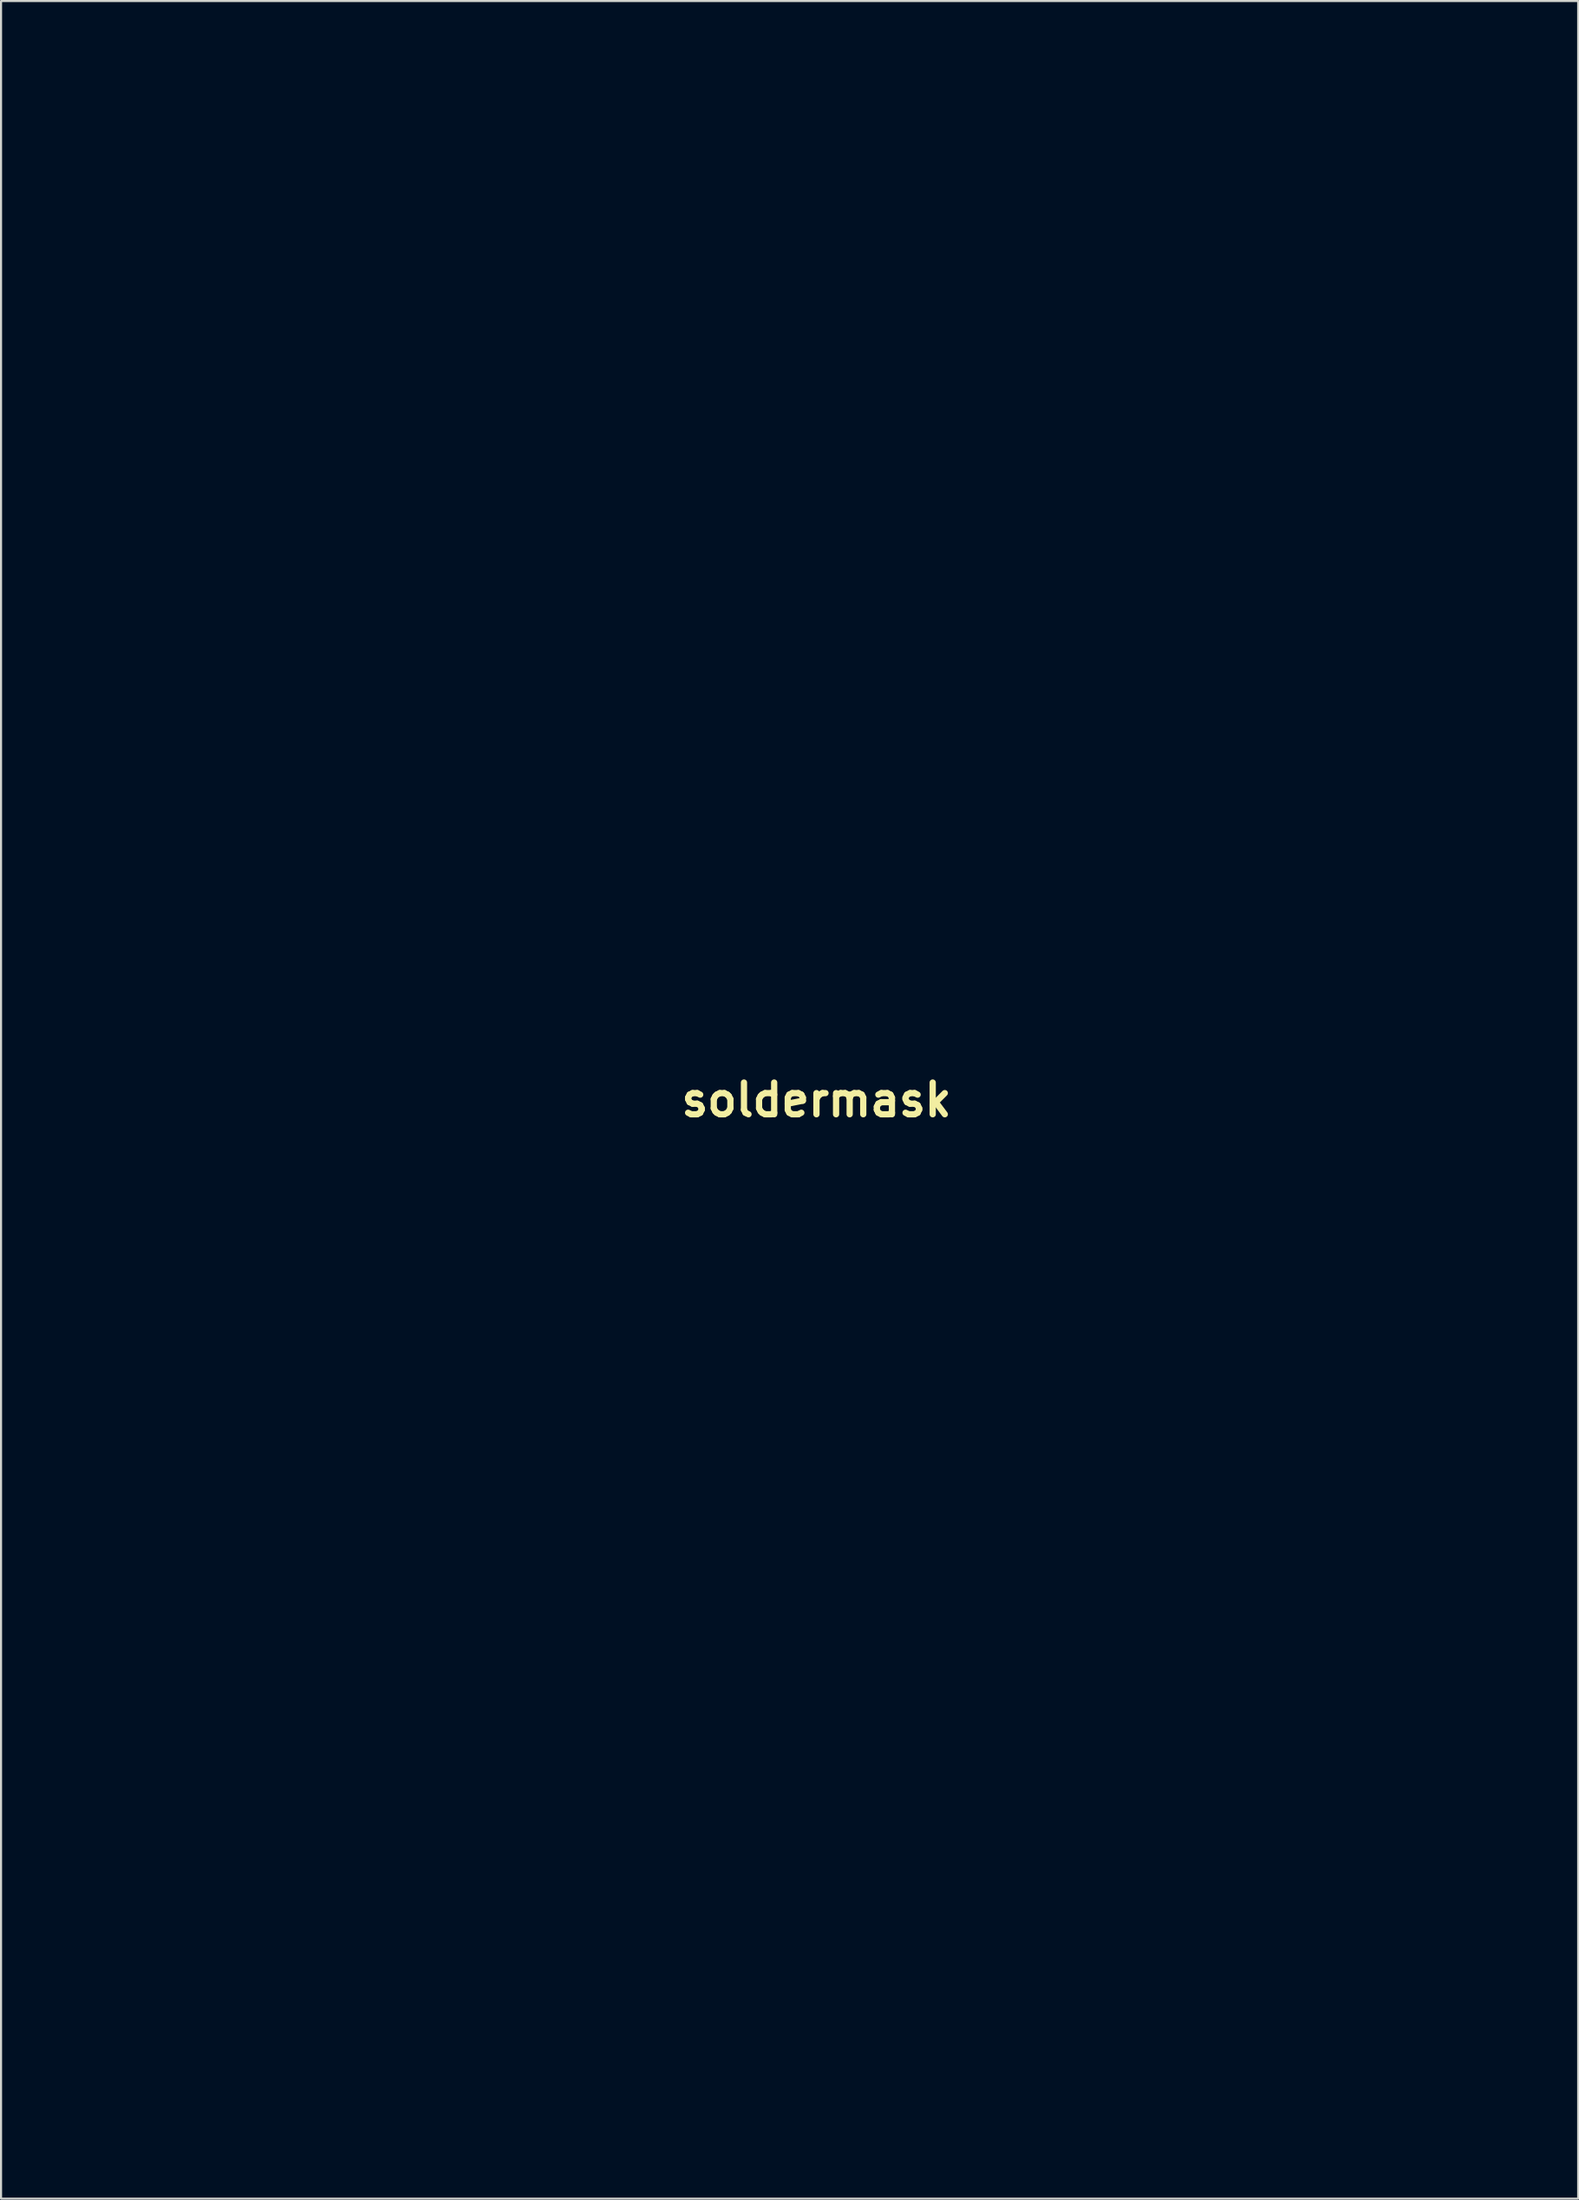
<source format=kicad_pcb>
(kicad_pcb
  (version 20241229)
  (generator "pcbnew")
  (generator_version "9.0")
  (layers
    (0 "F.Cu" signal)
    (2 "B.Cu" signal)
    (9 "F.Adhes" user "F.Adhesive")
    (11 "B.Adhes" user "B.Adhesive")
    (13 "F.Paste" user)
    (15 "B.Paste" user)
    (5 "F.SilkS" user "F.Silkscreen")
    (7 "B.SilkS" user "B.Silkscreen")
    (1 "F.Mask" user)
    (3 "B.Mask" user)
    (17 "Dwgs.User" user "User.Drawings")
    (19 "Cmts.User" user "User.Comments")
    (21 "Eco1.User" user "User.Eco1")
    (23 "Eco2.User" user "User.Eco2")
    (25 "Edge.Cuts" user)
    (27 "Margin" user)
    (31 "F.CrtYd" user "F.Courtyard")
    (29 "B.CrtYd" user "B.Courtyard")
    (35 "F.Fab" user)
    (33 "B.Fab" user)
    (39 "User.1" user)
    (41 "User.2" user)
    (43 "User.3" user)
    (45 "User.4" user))
  (footprint "soldermask"
    (layer "F.Cu")
    (at 36.193 49.793)
    (property "Reference" "soldermask" (at 0 0 0) (layer "F.SilkS") (effects (font (size 1.524 1.524) (thickness 0.3))))
    (attr through_hole)
    (fp_poly (pts (xy 6.644 -49.769) (xy 7.734 -49.682) (xy 8.703 -49.529) (xy 9.041 -49.45) (xy 9.681 -49.275) (xy 10.159 -49.12) (xy 10.511 -48.973) (xy 10.773 -48.819) (xy 10.85 -48.762) (xy 11.049 -48.612) (xy 11.373 -48.381) (xy 11.836 -48.058) (xy 12.418 -47.658) (xy 12.772 -47.335) (xy 13.141 -46.856) (xy 13.501 -46.264) (xy 13.828 -45.6) (xy 14.1 -44.904) (xy 14.246 -44.418) (xy 14.306 -44.079) (xy 14.355 -43.6) (xy 14.392 -43.036) (xy 14.413 -42.439) (xy 14.419 -41.863) (xy 14.407 -41.36) (xy 14.375 -40.984) (xy 14.358 -40.889) (xy 14.307 -40.619) (xy 14.256 -40.303) (xy 14.256 -40.3) (xy 14.154 -39.77) (xy 13.986 -39.107) (xy 13.766 -38.358) (xy 13.51 -37.573) (xy 13.232 -36.801) (xy 12.974 -36.15) (xy 12.784 -35.689) (xy 12.672 -35.37) (xy 12.641 -35.153) (xy 12.691 -34.995) (xy 12.827 -34.855) (xy 13.041 -34.696) (xy 13.291 -34.506) (xy 13.458 -34.361) (xy 13.5 -34.305) (xy 13.577 -34.216) (xy 13.763 -34.087) (xy 13.775 -34.079) (xy 14.013 -33.914) (xy 14.307 -33.681) (xy 14.45 -33.558) (xy 14.688 -33.358) (xy 14.87 -33.228) (xy 14.933 -33.2) (xy 15.072 -33.135) (xy 15.329 -32.957) (xy 15.672 -32.69) (xy 16.073 -32.356) (xy 16.504 -31.981) (xy 16.934 -31.587) (xy 17.062 -31.465) (xy 17.419 -31.112) (xy 17.812 -30.706) (xy 18.217 -30.274) (xy 18.611 -29.841) (xy 18.969 -29.435) (xy 19.268 -29.083) (xy 19.484 -28.811) (xy 19.592 -28.647) (xy 19.6 -28.62) (xy 19.666 -28.502) (xy 19.836 -28.306) (xy 19.951 -28.189) (xy 20.114 -28.008) (xy 20.338 -27.726) (xy 20.595 -27.383) (xy 20.858 -27.02) (xy 21.096 -26.676) (xy 21.282 -26.391) (xy 21.387 -26.206) (xy 21.4 -26.164) (xy 21.45 -26.041) (xy 21.583 -25.799) (xy 21.768 -25.484) (xy 21.976 -25.144) (xy 22.18 -24.825) (xy 22.35 -24.575) (xy 22.456 -24.441) (xy 22.463 -24.436) (xy 22.567 -24.295) (xy 22.718 -24.019) (xy 22.888 -23.661) (xy 22.943 -23.536) (xy 23.156 -23.038) (xy 23.4 -22.476) (xy 23.622 -21.968) (xy 23.63 -21.95) (xy 23.976 -21.132) (xy 24.296 -20.314) (xy 24.566 -19.556) (xy 24.756 -18.95) (xy 24.856 -18.628) (xy 24.946 -18.391) (xy 24.998 -18.3) (xy 25.072 -18.173) (xy 25.124 -18) (xy 25.174 -17.786) (xy 25.257 -17.444) (xy 25.356 -17.041) (xy 25.379 -16.95) (xy 25.498 -16.428) (xy 25.615 -15.838) (xy 25.702 -15.323) (xy 25.77 -14.937) (xy 25.841 -14.631) (xy 25.904 -14.457) (xy 25.921 -14.437) (xy 26.066 -14.381) (xy 26.335 -14.3) (xy 26.533 -14.247) (xy 27.151 -14.07) (xy 27.607 -13.895) (xy 27.884 -13.727) (xy 27.926 -13.684) (xy 28.071 -13.548) (xy 28.321 -13.346) (xy 28.562 -13.168) (xy 28.918 -12.88) (xy 29.271 -12.543) (xy 29.442 -12.353) (xy 29.669 -12.081) (xy 29.863 -11.858) (xy 29.949 -11.765) (xy 30.216 -11.425) (xy 30.508 -10.923) (xy 30.813 -10.296) (xy 31.114 -9.579) (xy 31.397 -8.805) (xy 31.648 -8.011) (xy 31.844 -7.259) (xy 31.966 -6.559) (xy 32.044 -5.738) (xy 32.075 -4.874) (xy 32.055 -4.041) (xy 32.008 -3.507) (xy 31.892 -2.838) (xy 31.709 -2.096) (xy 31.48 -1.348) (xy 31.224 -0.661) (xy 30.963 -0.099) (xy 30.936 -0.05) (xy 30.694 0.319) (xy 30.39 0.702) (xy 30.228 0.878) (xy 30 1.121) (xy 29.845 1.319) (xy 29.8 1.41) (xy 29.865 1.542) (xy 30.028 1.741) (xy 30.088 1.804) (xy 30.254 1.995) (xy 30.473 2.28) (xy 30.714 2.616) (xy 30.947 2.957) (xy 31.142 3.26) (xy 31.268 3.48) (xy 31.3 3.565) (xy 31.343 3.683) (xy 31.457 3.928) (xy 31.618 4.251) (xy 31.648 4.31) (xy 31.861 4.745) (xy 32.07 5.212) (xy 32.213 5.566) (xy 32.336 5.88) (xy 32.439 6.111) (xy 32.493 6.2) (xy 32.553 6.317) (xy 32.651 6.58) (xy 32.773 6.943) (xy 32.905 7.358) (xy 33.03 7.781) (xy 33.135 8.163) (xy 33.193 8.405) (xy 33.378 9.466) (xy 33.51 10.666) (xy 33.587 11.952) (xy 33.607 13.27) (xy 33.568 14.565) (xy 33.469 15.784) (xy 33.458 15.88) (xy 33.365 16.573) (xy 33.25 17.281) (xy 33.12 17.972) (xy 32.982 18.617) (xy 32.843 19.184) (xy 32.71 19.642) (xy 32.59 19.96) (xy 32.501 20.1) (xy 32.446 20.215) (xy 32.359 20.469) (xy 32.262 20.8) (xy 32.145 21.193) (xy 31.982 21.688) (xy 31.804 22.201) (xy 31.731 22.4) (xy 31.546 22.897) (xy 31.355 23.411) (xy 31.189 23.858) (xy 31.137 24) (xy 31.01 24.319) (xy 30.842 24.72) (xy 30.649 25.16) (xy 30.452 25.597) (xy 30.268 25.989) (xy 30.118 26.296) (xy 30.02 26.475) (xy 30.001 26.5) (xy 29.935 26.606) (xy 29.802 26.846) (xy 29.628 27.174) (xy 29.563 27.3) (xy 29.269 27.867) (xy 29.039 28.309) (xy 28.843 28.677) (xy 28.655 29.023) (xy 28.446 29.4) (xy 28.187 29.859) (xy 28.164 29.9) (xy 27.923 30.316) (xy 27.704 30.668) (xy 27.534 30.918) (xy 27.436 31.03) (xy 27.314 31.159) (xy 27.3 31.213) (xy 27.248 31.333) (xy 27.106 31.582) (xy 26.896 31.922) (xy 26.663 32.283) (xy 26.362 32.742) (xy 26.058 33.209) (xy 25.794 33.62) (xy 25.658 33.834) (xy 25.435 34.169) (xy 25.217 34.462) (xy 25.067 34.634) (xy 24.906 34.809) (xy 24.683 35.072) (xy 24.433 35.383) (xy 24.187 35.699) (xy 23.979 35.978) (xy 23.84 36.18) (xy 23.8 36.258) (xy 23.739 36.362) (xy 23.58 36.572) (xy 23.356 36.847) (xy 23.104 37.146) (xy 22.856 37.429) (xy 22.648 37.656) (xy 22.514 37.785) (xy 22.488 37.8) (xy 22.398 37.873) (xy 22.222 38.068) (xy 21.994 38.346) (xy 21.935 38.421) (xy 21.676 38.728) (xy 21.308 39.133) (xy 20.855 39.61) (xy 20.346 40.132) (xy 19.805 40.673) (xy 19.26 41.208) (xy 18.738 41.709) (xy 18.264 42.152) (xy 17.865 42.509) (xy 17.568 42.754) (xy 17.5 42.804) (xy 17.129 43.082) (xy 16.716 43.422) (xy 16.4 43.704) (xy 15.834 44.215) (xy 15.361 44.593) (xy 14.949 44.862) (xy 14.901 44.889) (xy 14.243 45.252) (xy 13.738 45.535) (xy 13.363 45.751) (xy 13.095 45.914) (xy 12.911 46.038) (xy 12.787 46.136) (xy 12.783 46.141) (xy 12.627 46.263) (xy 12.409 46.4) (xy 12.112 46.559) (xy 11.717 46.75) (xy 11.206 46.981) (xy 10.562 47.259) (xy 9.766 47.593) (xy 8.85 47.972) (xy 8.4 48.142) (xy 7.863 48.325) (xy 7.35 48.483) (xy 7.3 48.497) (xy 6.913 48.612) (xy 6.606 48.716) (xy 6.424 48.793) (xy 6.396 48.814) (xy 6.275 48.868) (xy 5.989 48.945) (xy 5.569 49.04) (xy 5.048 49.146) (xy 4.458 49.257) (xy 3.833 49.368) (xy 3.203 49.473) (xy 2.602 49.565) (xy 2.062 49.64) (xy 1.615 49.69) (xy 1.55 49.696) (xy 0.835 49.741) (xy -0.021 49.769) (xy -0.959 49.782) (xy -1.92 49.778) (xy -2.847 49.757) (xy -3.679 49.721) (xy -4.15 49.688) (xy -4.633 49.638) (xy -5.202 49.563) (xy -5.826 49.469) (xy -6.472 49.363) (xy -7.108 49.249) (xy -7.701 49.135) (xy -8.22 49.025) (xy -8.631 48.927) (xy -8.903 48.846) (xy -9 48.796) (xy -9.109 48.744) (xy -9.372 48.647) (xy -9.755 48.515) (xy -10.221 48.362) (xy -10.384 48.311) (xy -11.107 48.07) (xy -11.833 47.807) (xy -12.536 47.533) (xy -13.192 47.259) (xy -13.775 46.996) (xy -14.262 46.756) (xy -14.627 46.548) (xy -14.846 46.384) (xy -14.9 46.296) (xy -14.982 46.213) (xy -15.062 46.2) (xy -15.228 46.148) (xy -15.512 46.01) (xy -15.868 45.811) (xy -16.25 45.579) (xy -16.612 45.34) (xy -16.75 45.241) (xy -17.007 45.065) (xy -17.347 44.849) (xy -17.579 44.71) (xy -17.945 44.491) (xy -18.208 44.313) (xy -18.441 44.123) (xy -18.685 43.9) (xy -18.927 43.685) (xy -19.225 43.438) (xy -19.535 43.193) (xy -19.816 42.983) (xy -20.023 42.842) (xy -20.108 42.8) (xy -20.202 42.732) (xy -20.413 42.541) (xy -20.723 42.249) (xy -21.109 41.876) (xy -21.551 41.443) (xy -22.027 40.971) (xy -22.518 40.481) (xy -23.001 39.993) (xy -23.456 39.53) (xy -23.863 39.111) (xy -24.2 38.757) (xy -24.446 38.49) (xy -24.56 38.357) (xy -24.863 37.994) (xy -25.21 37.606) (xy -25.401 37.407) (xy -25.643 37.138) (xy -25.955 36.758) (xy -26.295 36.32) (xy -26.574 35.94) (xy -26.878 35.524) (xy -27.165 35.145) (xy -27.402 34.847) (xy -27.552 34.675) (xy -27.695 34.505) (xy -27.914 34.211) (xy -28.187 33.826) (xy -28.494 33.38) (xy -28.814 32.903) (xy -29.127 32.428) (xy -29.413 31.985) (xy -29.65 31.605) (xy -29.818 31.319) (xy -29.897 31.158) (xy -29.9 31.142) (xy -29.975 30.973) (xy -30.025 30.93) (xy -30.145 30.82) (xy -30.302 30.613) (xy -30.505 30.297) (xy -30.76 29.859) (xy -31.076 29.285) (xy -31.458 28.564) (xy -31.916 27.682) (xy -32.208 27.111) (xy -32.369 26.814) (xy -32.505 26.594) (xy -32.573 26.511) (xy -32.645 26.399) (xy -32.773 26.141) (xy -32.937 25.777) (xy -33.098 25.4) (xy -33.278 24.971) (xy -33.435 24.608) (xy -33.552 24.353) (xy -33.605 24.25) (xy -33.678 24.101) (xy -33.797 23.798) (xy -33.952 23.379) (xy -34.131 22.878) (xy -34.319 22.332) (xy -34.507 21.778) (xy -34.68 21.251) (xy -34.827 20.788) (xy -34.936 20.424) (xy -34.994 20.197) (xy -35 20.151) (xy -35.061 20.006) (xy -35.098 19.983) (xy -35.163 19.873) (xy -35.255 19.598) (xy -35.367 19.19) (xy -35.491 18.681) (xy -35.621 18.104) (xy -35.749 17.49) (xy -35.867 16.873) (xy -35.97 16.283) (xy -36.049 15.752) (xy -36.062 15.65) (xy -36.147 14.716) (xy -36.188 13.673) (xy -36.187 12.574) (xy -36.146 11.477) (xy -36.066 10.435) (xy -35.948 9.504) (xy -35.867 9.05) (xy -35.72 8.371) (xy -35.569 7.751) (xy -35.424 7.217) (xy -35.292 6.797) (xy -35.18 6.516) (xy -35.097 6.401) (xy -35.09 6.4) (xy -35.018 6.316) (xy -35 6.19) (xy -34.958 6.019) (xy -34.845 5.714) (xy -34.679 5.32) (xy -34.5 4.931) (xy -34.303 4.511) (xy -34.142 4.157) (xy -34.036 3.908) (xy -34 3.804) (xy -33.944 3.671) (xy -33.796 3.421) (xy -33.584 3.096) (xy -33.338 2.736) (xy -33.086 2.386) (xy -32.859 2.084) (xy -32.684 1.875) (xy -32.604 1.802) (xy -32.411 1.646) (xy -32.383 1.454) (xy -32.523 1.202) (xy -32.705 0.994) (xy -33.225 0.338) (xy -33.685 -0.476) (xy -34.071 -1.409) (xy -34.365 -2.424) (xy -34.489 -3.05) (xy -34.522 -3.367) (xy -34.545 -3.83) (xy -34.557 -4.386) (xy -34.557 -4.979) (xy -34.553 -5.2) (xy -34.532 -5.865) (xy -34.5 -6.392) (xy -34.448 -6.844) (xy -34.369 -7.283) (xy -34.255 -7.771) (xy -34.22 -7.908) (xy -33.937 -8.874) (xy -33.603 -9.781) (xy -33.236 -10.593) (xy -32.85 -11.274) (xy -32.505 -11.741) (xy -31.975 -12.333) (xy -31.542 -12.784) (xy -31.185 -13.114) (xy -30.881 -13.346) (xy -30.836 -13.375) (xy -30.589 -13.544) (xy -30.431 -13.675) (xy -30.4 -13.72) (xy -30.313 -13.808) (xy -30.088 -13.927) (xy -29.78 -14.056) (xy -29.443 -14.171) (xy -29.134 -14.252) (xy -29.059 -14.265) (xy -28.743 -14.322) (xy -28.533 -14.403) (xy -28.399 -14.548) (xy -28.313 -14.796) (xy -28.247 -15.186) (xy -28.216 -15.418) (xy -28.145 -15.886) (xy -28.054 -16.397) (xy -27.95 -16.911) (xy -27.843 -17.389) (xy -27.742 -17.79) (xy -27.655 -18.073) (xy -27.593 -18.2) (xy -27.535 -18.311) (xy -27.434 -18.57) (xy -27.306 -18.936) (xy -27.202 -19.25) (xy -26.916 -20.122) (xy -26.668 -20.826) (xy -26.451 -21.389) (xy -26.295 -21.75) (xy -26.175 -22.012) (xy -25.998 -22.395) (xy -25.792 -22.84) (xy -25.656 -23.135) (xy -25.47 -23.544) (xy -25.321 -23.888) (xy -25.226 -24.125) (xy -25.2 -24.21) (xy -25.131 -24.299) (xy -25.117 -24.3) (xy -25.038 -24.381) (xy -24.882 -24.603) (xy -24.67 -24.933) (xy -24.425 -25.337) (xy -24.402 -25.375) (xy -24.054 -25.956) (xy -23.708 -26.516) (xy -23.381 -27.028) (xy -23.09 -27.468) (xy -22.852 -27.81) (xy -22.683 -28.029) (xy -22.602 -28.1) (xy -22.514 -28.176) (xy -22.347 -28.377) (xy -22.135 -28.662) (xy -22.099 -28.713) (xy -21.865 -29.028) (xy -21.57 -29.397) (xy -21.242 -29.788) (xy -20.908 -30.171) (xy -20.597 -30.514) (xy -20.335 -30.786) (xy -20.149 -30.957) (xy -20.076 -31) (xy -19.969 -31.069) (xy -19.77 -31.251) (xy -19.52 -31.509) (xy -19.485 -31.548) (xy -19.222 -31.817) (xy -18.898 -32.121) (xy -18.549 -32.429) (xy -18.213 -32.711) (xy -17.924 -32.936) (xy -17.72 -33.073) (xy -17.65 -33.1) (xy -17.533 -33.159) (xy -17.318 -33.311) (xy -17.058 -33.515) (xy -16.808 -33.732) (xy -16.8 -33.74) (xy -16.615 -33.879) (xy -16.353 -34.045) (xy -16.3 -34.075) (xy -15.844 -34.335) (xy -15.535 -34.524) (xy -15.345 -34.664) (xy -15.244 -34.781) (xy -15.206 -34.899) (xy -15.2 -35.01) (xy -15.17 -35.216) (xy -15.1 -35.3) (xy -15.007 -35.379) (xy -15 -35.425) (xy -14.957 -35.614) (xy -14.842 -35.937) (xy -14.675 -36.348) (xy -14.474 -36.805) (xy -14.26 -37.262) (xy -14.053 -37.676) (xy -13.871 -38.003) (xy -13.817 -38.088) (xy -13.601 -38.424) (xy -13.412 -38.735) (xy -13.306 -38.924) (xy -13.166 -39.134) (xy -12.933 -39.421) (xy -12.657 -39.723) (xy -12.656 -39.724) (xy -12.339 -40.066) (xy -11.973 -40.484) (xy -11.63 -40.895) (xy -11.587 -40.95) (xy -11.25 -41.349) (xy -10.875 -41.758) (xy -10.533 -42.099) (xy -10.489 -42.14) (xy -10.188 -42.418) (xy -9.8 -42.783) (xy -9.384 -43.18) (xy -9.1 -43.453) (xy -8.719 -43.813) (xy -8.344 -44.15) (xy -8.024 -44.421) (xy -7.838 -44.564) (xy -7.05 -45.116) (xy -6.414 -45.571) (xy -5.936 -45.924) (xy -5.62 -46.173) (xy -5.511 -46.269) (xy -5.322 -46.428) (xy -5.185 -46.5) (xy -5.18 -46.5) (xy -5.058 -46.548) (xy -4.807 -46.675) (xy -4.471 -46.861) (xy -4.268 -46.978) (xy -3.77 -47.25) (xy -3.162 -47.556) (xy -2.504 -47.867) (xy -1.857 -48.155) (xy -1.282 -48.392) (xy -0.95 -48.513) (xy -0.69 -48.613) (xy -0.521 -48.698) (xy -0.498 -48.718) (xy -0.376 -48.781) (xy -0.1 -48.879) (xy 0.288 -48.998) (xy 0.748 -49.129) (xy 1.239 -49.258) (xy 1.719 -49.374) (xy 2.036 -49.444) (xy 3.129 -49.626) (xy 4.293 -49.74) (xy 5.481 -49.788) (xy 6.644 -49.769)) (stroke (width 0.01) (type solid)) (fill yes) (layer "F.Mask")))
  (gr_rect
    (start -3 -3)
    (end 72.805 102.58)
    (stroke (width 0.1) (type default))
    (fill no)
    (layer "Edge.Cuts")))
</source>
